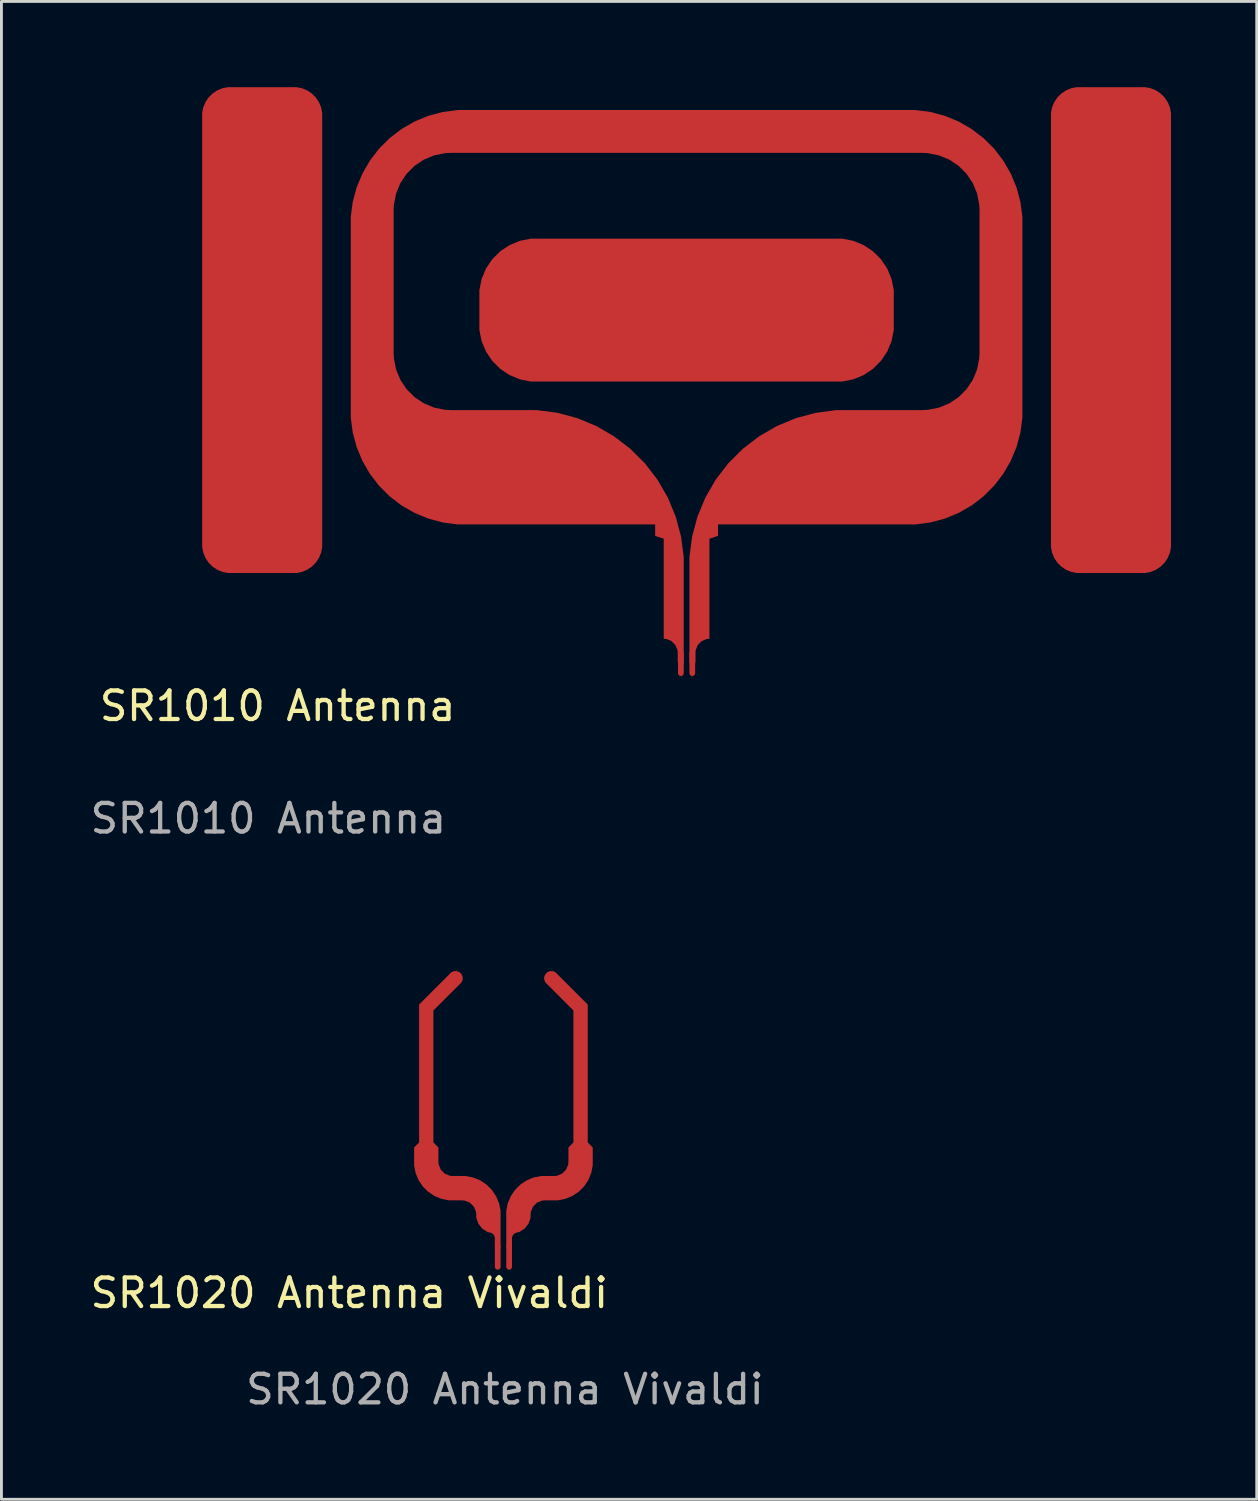
<source format=kicad_pcb>
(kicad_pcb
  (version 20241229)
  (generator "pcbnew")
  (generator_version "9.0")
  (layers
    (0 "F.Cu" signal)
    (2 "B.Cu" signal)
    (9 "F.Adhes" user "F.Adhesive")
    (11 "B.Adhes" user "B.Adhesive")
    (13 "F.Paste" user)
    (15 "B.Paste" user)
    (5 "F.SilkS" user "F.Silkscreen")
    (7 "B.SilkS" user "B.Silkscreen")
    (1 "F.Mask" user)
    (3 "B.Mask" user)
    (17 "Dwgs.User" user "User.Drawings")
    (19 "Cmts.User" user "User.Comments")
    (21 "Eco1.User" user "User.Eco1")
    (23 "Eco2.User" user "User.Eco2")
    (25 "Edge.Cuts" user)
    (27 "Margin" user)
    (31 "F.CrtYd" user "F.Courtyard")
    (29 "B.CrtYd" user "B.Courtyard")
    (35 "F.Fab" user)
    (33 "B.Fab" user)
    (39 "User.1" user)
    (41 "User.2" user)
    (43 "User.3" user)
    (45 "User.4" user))
  (footprint "SR1020 Antenna Vivaldi"
    (layer "F.Cu")
    (at 14.563 41.379)
    (property "Reference" "SR1020 Antenna Vivaldi" (at -5.39 0.815 0) (unlocked yes) (layer "F.SilkS") (effects (font (size 1 1) (thickness 0.15))))
    (attr smd)
    (fp_poly (pts (xy -0.098 -2.062) (xy -0.15 -2.322) (xy -0.252 -2.568) (xy -0.399 -2.789) (xy -0.587 -2.977) (xy -0.808 -3.125) (xy -1.054 -3.227) (xy -1.315 -3.279) (xy -1.773 -3.279) (xy -1.87 -3.288) (xy -2.051 -3.363) (xy -2.189 -3.501) (xy -2.263 -3.681) (xy -2.273 -3.779) (xy -2.273 -4.279) (xy -2.448 -4.454) (xy -2.448 -9.072) (xy -1.498 -10.021) (xy -1.463 -10.057) (xy -1.425 -10.148) (xy -1.425 -10.248) (xy -1.463 -10.34) (xy -1.533 -10.41) (xy -1.625 -10.448) (xy -1.725 -10.448) (xy -1.817 -10.41) (xy -2.948 -9.279) (xy -2.948 -4.454) (xy -3.123 -4.279) (xy -3.123 -3.646) (xy -3.071 -3.385) (xy -2.969 -3.139) (xy -2.821 -2.918) (xy -2.633 -2.73) (xy -2.412 -2.582) (xy -2.167 -2.481) (xy -1.906 -2.429) (xy -1.448 -2.429) (xy -1.35 -2.419) (xy -1.17 -2.345) (xy -1.032 -2.207) (xy -0.957 -2.026) (xy -0.948 -1.929) (xy -0.948 -1.819) (xy -0.876 -1.613) (xy -0.741 -1.441) (xy -0.557 -1.323) (xy -0.451 -1.297) (xy -0.419 -1.286) (xy -0.363 -1.251) (xy -0.322 -1.199) (xy -0.301 -1.136) (xy -0.298 -1.103) (xy -0.298 -0.779) (xy -0.098 -0.779)) (stroke (width 0) (type solid)) (fill yes) (layer "F.Cu"))
    (fp_poly (pts (xy 0.302 -1.103) (xy 0.305 -1.136) (xy 0.327 -1.199) (xy 0.368 -1.251) (xy 0.424 -1.286) (xy 0.455 -1.297) (xy 0.562 -1.323) (xy 0.745 -1.441) (xy 0.881 -1.613) (xy 0.952 -1.819) (xy 0.952 -1.929) (xy 0.962 -2.026) (xy 1.037 -2.207) (xy 1.174 -2.345) (xy 1.355 -2.419) (xy 1.452 -2.429) (xy 1.91 -2.429) (xy 2.171 -2.481) (xy 2.417 -2.582) (xy 2.638 -2.73) (xy 2.826 -2.918) (xy 2.974 -3.139) (xy 3.075 -3.385) (xy 3.127 -3.646) (xy 3.127 -4.279) (xy 2.952 -4.454) (xy 2.952 -9.279) (xy 1.821 -10.41) (xy 1.729 -10.448) (xy 1.63 -10.448) (xy 1.538 -10.41) (xy 1.468 -10.34) (xy 1.429 -10.248) (xy 1.429 -10.148) (xy 1.468 -10.057) (xy 1.503 -10.021) (xy 2.452 -9.072) (xy 2.452 -4.454) (xy 2.277 -4.279) (xy 2.277 -3.779) (xy 2.268 -3.681) (xy 2.193 -3.501) (xy 2.055 -3.363) (xy 1.875 -3.288) (xy 1.777 -3.279) (xy 1.319 -3.279) (xy 1.058 -3.227) (xy 0.813 -3.125) (xy 0.592 -2.977) (xy 0.404 -2.789) (xy 0.256 -2.568) (xy 0.154 -2.322) (xy 0.102 -2.062) (xy 0.102 -0.779) (xy 0.302 -0.779)) (stroke (width 0) (type solid)) (fill yes) (layer "F.Cu"))
    (fp_poly (pts (xy 4.505 -3.908) (xy 7.902 -3.908) (xy 7.902 -7.625) (xy 3.586 -11.941) (xy -3.589 -11.941) (xy -7.898 -7.632) (xy -7.898 -3.908) (xy -4.521 -3.908) (xy -2.45 -1.837) (xy 2.434 -1.837)) (stroke (width 0) (type solid)) (fill yes) (layer "F.Mask"))
    (fp_poly (pts (xy 7.902 -7.625) (xy 3.586 -11.941) (xy -3.589 -11.941) (xy -7.898 -7.632) (xy -7.898 -4.537) (xy 7.902 -4.537)) (stroke (width 0) (type solid)) (fill yes) (layer "B.Mask"))
    (fp_text user "${REFERENCE}" (at 0.055 4.185 0) (unlocked yes) (layer "F.Fab") (effects (font (size 1 1) (thickness 0.15))))
    (pad "1" smd oval (at -0.197 -0.453) (size 0.2 0.9) (layers "F.Cu"))
    (pad "2" smd oval (at 0.202 -0.453) (size 0.2 0.9) (layers "F.Cu")))
  (footprint "SR1010 Antenna"
    (layer "F.Cu")
    (at 20.974 20.604)
    (property "Reference" "SR1010 Antenna" (at -14.31 1.05 0) (unlocked yes) (layer "F.SilkS") (effects (font (size 1 1) (thickness 0.15))))
    (attr smd)
    (fp_poly (pts (xy 5.834 -10.381) (xy 6.198 -10.532) (xy 6.525 -10.751) (xy 6.804 -11.03) (xy 7.023 -11.357) (xy 7.173 -11.721) (xy 7.25 -12.107) (xy 7.25 -13.501) (xy 7.173 -13.888) (xy 7.023 -14.252) (xy 6.804 -14.579) (xy 6.525 -14.858) (xy 6.198 -15.077) (xy 5.834 -15.227) (xy 5.447 -15.304) (xy -5.447 -15.304) (xy -5.833 -15.227) (xy -6.197 -15.077) (xy -6.525 -14.858) (xy -6.803 -14.579) (xy -7.022 -14.252) (xy -7.173 -13.888) (xy -7.25 -13.501) (xy -7.25 -12.107) (xy -7.173 -11.721) (xy -7.022 -11.357) (xy -6.803 -11.03) (xy -6.525 -10.751) (xy -6.197 -10.532) (xy -5.833 -10.381) (xy -5.447 -10.304) (xy 5.447 -10.304)) (stroke (width 0) (type solid)) (fill yes) (layer "F.Cu"))
    (fp_poly (pts (xy 16.242 -3.643) (xy 16.424 -3.718) (xy 16.588 -3.828) (xy 16.727 -3.967) (xy 16.836 -4.131) (xy 16.912 -4.313) (xy 16.95 -4.506) (xy 16.95 -19.703) (xy 16.912 -19.896) (xy 16.836 -20.078) (xy 16.727 -20.242) (xy 16.588 -20.381) (xy 16.424 -20.491) (xy 16.242 -20.566) (xy 16.049 -20.604) (xy 13.652 -20.604) (xy 13.458 -20.566) (xy 13.277 -20.491) (xy 13.113 -20.381) (xy 12.973 -20.242) (xy 12.864 -20.078) (xy 12.789 -19.896) (xy 12.75 -19.703) (xy 12.75 -4.506) (xy 12.789 -4.313) (xy 12.864 -4.131) (xy 12.973 -3.967) (xy 13.113 -3.828) (xy 13.277 -3.718) (xy 13.458 -3.643) (xy 13.652 -3.604) (xy 16.049 -3.604)) (stroke (width 0) (type solid)) (fill yes) (layer "F.Cu"))
    (fp_poly (pts (xy -13.458 -3.643) (xy -13.276 -3.718) (xy -13.112 -3.828) (xy -12.973 -3.967) (xy -12.864 -4.131) (xy -12.788 -4.313) (xy -12.75 -4.506) (xy -12.75 -19.703) (xy -12.788 -19.896) (xy -12.864 -20.078) (xy -12.973 -20.242) (xy -13.112 -20.381) (xy -13.276 -20.491) (xy -13.458 -20.566) (xy -13.651 -20.604) (xy -16.048 -20.604) (xy -16.242 -20.566) (xy -16.423 -20.491) (xy -16.587 -20.381) (xy -16.727 -20.242) (xy -16.836 -20.078) (xy -16.911 -19.896) (xy -16.95 -19.703) (xy -16.95 -19.604) (xy -16.95 -4.604) (xy -16.95 -4.506) (xy -16.911 -4.313) (xy -16.836 -4.131) (xy -16.727 -3.967) (xy -16.587 -3.828) (xy -16.423 -3.718) (xy -16.242 -3.643) (xy -16.048 -3.604) (xy -13.651 -3.604)) (stroke (width 0) (type solid)) (fill yes) (layer "F.Cu"))
    (fp_poly (pts (xy 0.31 -0.514) (xy 0.31 -0.814) (xy 0.319 -0.91) (xy 0.393 -1.086) (xy 0.528 -1.222) (xy 0.705 -1.295) (xy 0.8 -1.304) (xy 0.8 -4.804) (xy 1.1 -4.904) (xy 1.1 -5.304) (xy 8.012 -5.304) (xy 8.532 -5.373) (xy 9.039 -5.509) (xy 9.523 -5.709) (xy 9.977 -5.971) (xy 10.393 -6.29) (xy 10.764 -6.661) (xy 11.083 -7.077) (xy 11.345 -7.531) (xy 11.546 -8.016) (xy 11.682 -8.522) (xy 11.75 -9.042) (xy 11.75 -16.067) (xy 11.682 -16.586) (xy 11.546 -17.093) (xy 11.345 -17.577) (xy 11.083 -18.031) (xy 10.764 -18.447) (xy 10.393 -18.818) (xy 9.977 -19.137) (xy 9.523 -19.4) (xy 9.039 -19.6) (xy 8.532 -19.736) (xy 8.012 -19.804) (xy -8.012 -19.804) (xy -8.532 -19.736) (xy -9.038 -19.6) (xy -9.523 -19.4) (xy -9.977 -19.137) (xy -10.393 -18.818) (xy -10.764 -18.447) (xy -11.083 -18.031) (xy -11.345 -17.577) (xy -11.546 -17.093) (xy -11.682 -16.586) (xy -11.75 -16.067) (xy -11.75 -9.042) (xy -11.682 -8.522) (xy -11.546 -8.016) (xy -11.345 -7.531) (xy -11.083 -7.077) (xy -10.764 -6.661) (xy -10.393 -6.29) (xy -9.977 -5.971) (xy -9.523 -5.709) (xy -9.038 -5.509) (xy -8.532 -5.373) (xy -8.012 -5.304) (xy -1.1 -5.304) (xy -1.1 -4.904) (xy -0.8 -4.804) (xy -0.8 -1.304) (xy -0.704 -1.295) (xy -0.528 -1.222) (xy -0.393 -1.086) (xy -0.319 -0.91) (xy -0.31 -0.814) (xy -0.31 -0.514) (xy -0.2 -0.003) (xy -0.1 -0.504) (xy -0.1 -4.165) (xy -0.194 -4.88) (xy -0.381 -5.576) (xy -0.656 -6.242) (xy -1.017 -6.867) (xy -1.456 -7.439) (xy -1.966 -7.948) (xy -2.538 -8.387) (xy -3.162 -8.748) (xy -3.828 -9.024) (xy -4.525 -9.21) (xy -5.239 -9.304) (xy -8.25 -9.304) (xy -8.446 -9.314) (xy -8.83 -9.391) (xy -9.193 -9.541) (xy -9.519 -9.758) (xy -9.796 -10.036) (xy -10.014 -10.362) (xy -10.164 -10.724) (xy -10.24 -11.108) (xy -10.25 -11.304) (xy -10.25 -16.304) (xy -10.24 -16.5) (xy -10.164 -16.885) (xy -10.014 -17.247) (xy -9.796 -17.573) (xy -9.519 -17.85) (xy -9.193 -18.068) (xy -8.83 -18.218) (xy -8.446 -18.295) (xy -8.25 -18.304) (xy 8.25 -18.304) (xy 8.446 -18.295) (xy 8.831 -18.218) (xy 9.193 -18.068) (xy 9.519 -17.85) (xy 9.796 -17.573) (xy 10.014 -17.247) (xy 10.164 -16.885) (xy 10.24 -16.5) (xy 10.25 -16.304) (xy 10.25 -11.304) (xy 10.24 -11.108) (xy 10.164 -10.724) (xy 10.014 -10.362) (xy 9.796 -10.036) (xy 9.519 -9.758) (xy 9.193 -9.541) (xy 8.831 -9.391) (xy 8.446 -9.314) (xy 8.25 -9.304) (xy 5.24 -9.304) (xy 4.525 -9.21) (xy 3.828 -9.024) (xy 3.162 -8.748) (xy 2.538 -8.387) (xy 1.966 -7.948) (xy 1.456 -7.439) (xy 1.017 -6.867) (xy 0.657 -6.242) (xy 0.381 -5.576) (xy 0.194 -4.88) (xy 0.1 -4.165) (xy 0.1 -0.504) (xy 0.2 -0.003)) (stroke (width 0) (type solid)) (fill yes) (layer "F.Cu"))
    (fp_text user "${REFERENCE}" (at -14.635 4.985 0) (unlocked yes) (layer "F.Fab") (effects (font (size 1 1) (thickness 0.15))))
    (pad "1" smd oval (at -0.2 -0.45) (size 0.2 0.9) (layers "F.Cu" "F.Mask" "F.Paste"))
    (pad "2" smd oval (at 0.2 -0.45) (size 0.2 0.9) (layers "F.Cu" "F.Mask" "F.Paste")))
  (gr_rect
    (start -3 -3)
    (end 40.924 49.412)
    (stroke (width 0.1) (type default))
    (fill no)
    (layer "Edge.Cuts")))
</source>
